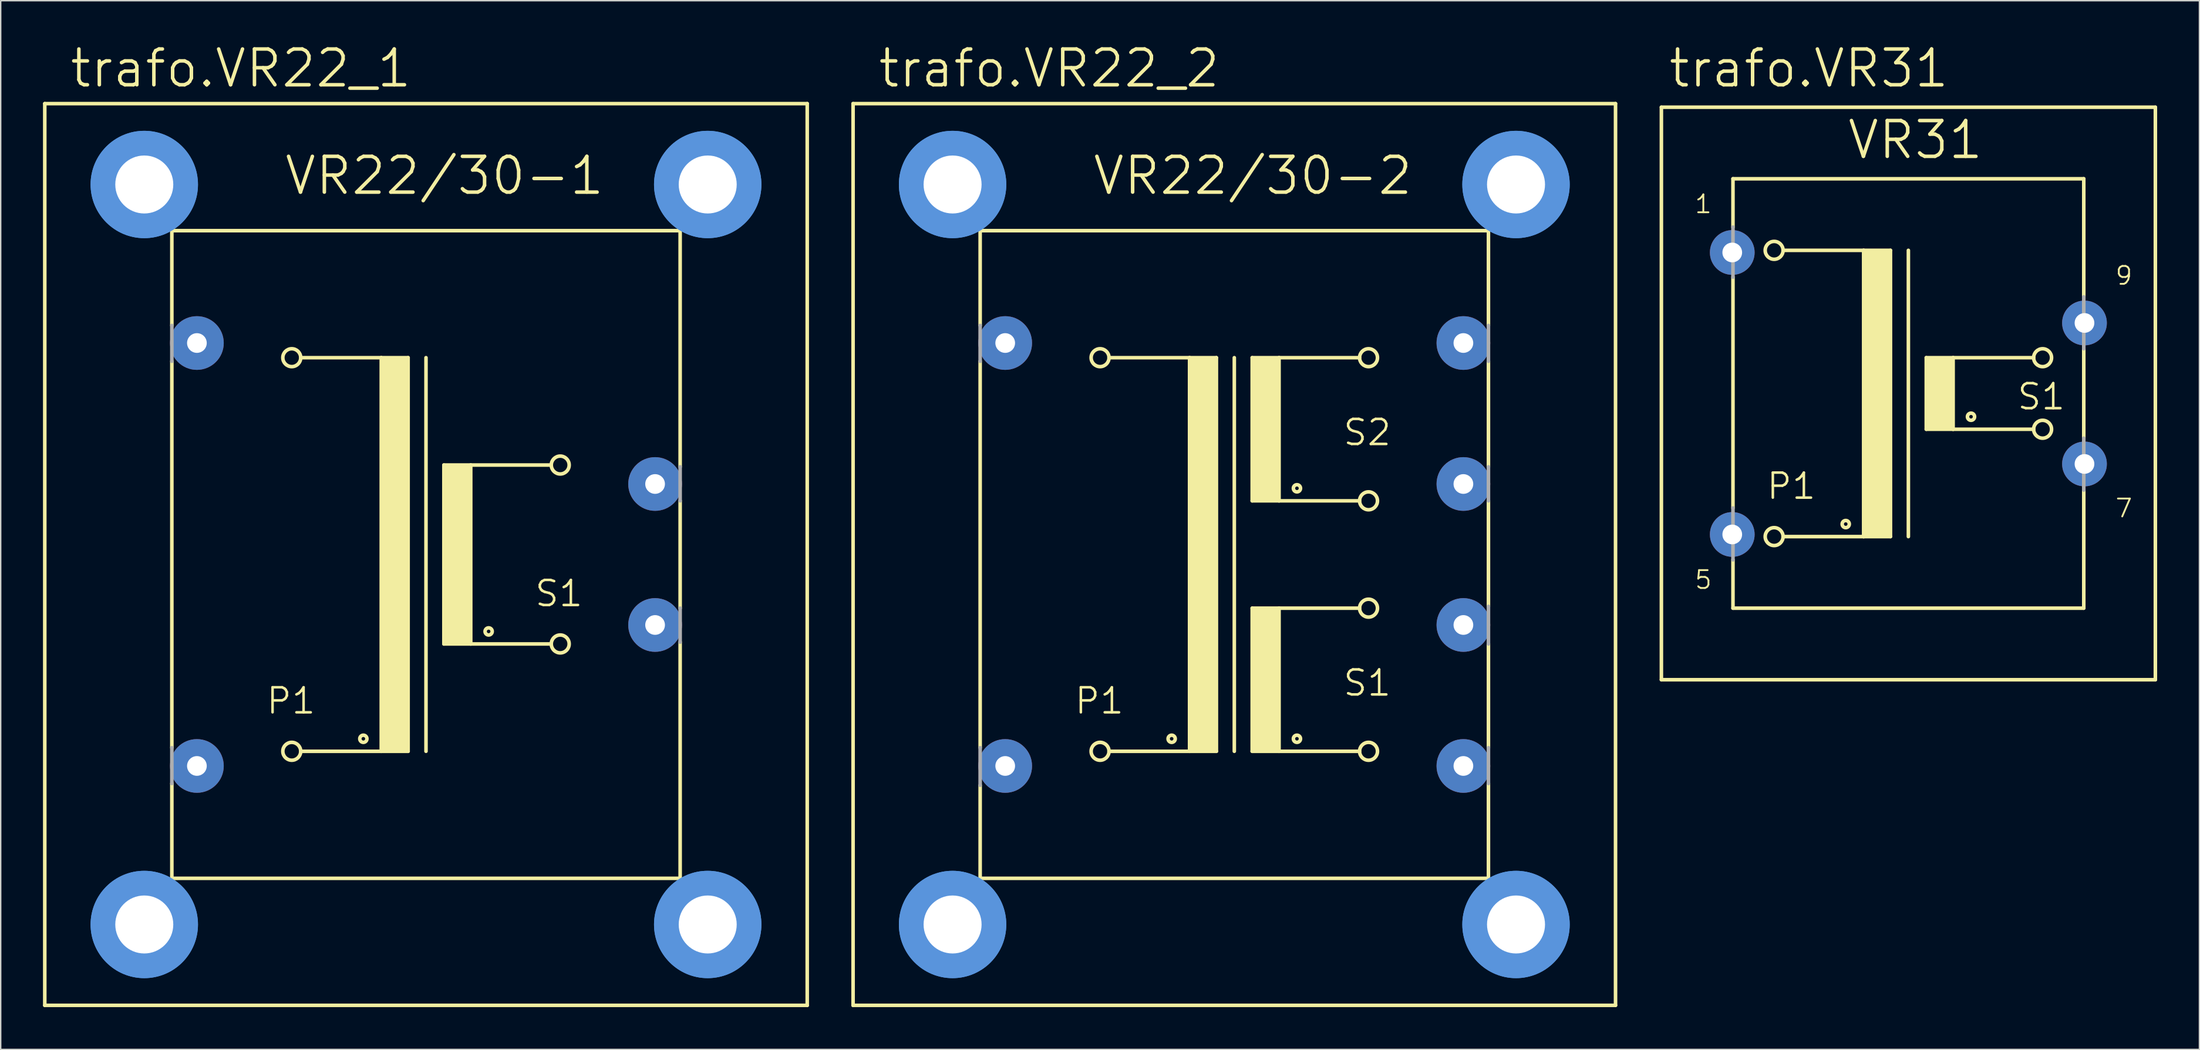
<source format=kicad_pcb>
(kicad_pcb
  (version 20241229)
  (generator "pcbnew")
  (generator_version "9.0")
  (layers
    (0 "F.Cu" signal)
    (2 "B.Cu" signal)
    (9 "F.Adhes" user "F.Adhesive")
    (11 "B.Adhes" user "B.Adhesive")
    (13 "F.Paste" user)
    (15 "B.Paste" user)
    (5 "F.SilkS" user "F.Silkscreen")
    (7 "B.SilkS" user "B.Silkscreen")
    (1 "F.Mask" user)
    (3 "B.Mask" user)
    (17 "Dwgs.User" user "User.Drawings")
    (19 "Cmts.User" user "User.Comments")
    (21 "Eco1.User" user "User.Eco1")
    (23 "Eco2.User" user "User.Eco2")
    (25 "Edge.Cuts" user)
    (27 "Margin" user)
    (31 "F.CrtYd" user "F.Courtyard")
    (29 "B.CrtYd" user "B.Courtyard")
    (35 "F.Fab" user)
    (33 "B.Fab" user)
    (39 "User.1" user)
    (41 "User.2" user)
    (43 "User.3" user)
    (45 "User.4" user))
  (footprint "trafo.VR22_2"
    (layer "F.Cu")
    (at 84.534 36.31)
    (property "Reference" "trafo.VR22_2" (at -25.4 -33.02 0) (layer "F.SilkS") (effects (font (size 2.54 2.54) (thickness 0.25)) (justify left bottom)))
    (attr through_hole)
    (fp_line (start -27.051 32.004) (end -27.051 -32.004) (stroke (width 0.254) (type default)) (layer "F.SilkS"))
    (fp_line (start -27.051 32.004) (end 27.051 32.004) (stroke (width 0.254) (type default)) (layer "F.SilkS"))
    (fp_line (start -18.034 -22.987) (end -18.034 -16.256) (stroke (width 0.254) (type default)) (layer "F.SilkS"))
    (fp_line (start -18.034 13.716) (end -18.034 -13.716) (stroke (width 0.254) (type default)) (layer "F.SilkS"))
    (fp_line (start -18.034 22.987) (end -18.034 16.383) (stroke (width 0.254) (type default)) (layer "F.SilkS"))
    (fp_line (start -18.034 22.987) (end 18.034 22.987) (stroke (width 0.254) (type default)) (layer "F.SilkS"))
    (fp_line (start -8.89 -13.97) (end -3.175 -13.97) (stroke (width 0.254) (type default)) (layer "F.SilkS"))
    (fp_line (start -3.175 -13.97) (end -3.175 13.97) (stroke (width 0.254) (type default)) (layer "F.SilkS"))
    (fp_line (start -3.175 -13.97) (end -1.27 -13.97) (stroke (width 0.254) (type default)) (layer "F.SilkS"))
    (fp_line (start -3.175 13.97) (end -8.89 13.97) (stroke (width 0.254) (type default)) (layer "F.SilkS"))
    (fp_line (start -1.27 -13.97) (end -1.27 13.97) (stroke (width 0.254) (type default)) (layer "F.SilkS"))
    (fp_line (start -1.27 13.97) (end -3.175 13.97) (stroke (width 0.254) (type default)) (layer "F.SilkS"))
    (fp_line (start 0 -13.97) (end 0 13.97) (stroke (width 0.254) (type default)) (layer "F.SilkS"))
    (fp_line (start 1.27 -13.97) (end 1.27 -3.81) (stroke (width 0.254) (type default)) (layer "F.SilkS"))
    (fp_line (start 1.27 -13.97) (end 3.175 -13.97) (stroke (width 0.254) (type default)) (layer "F.SilkS"))
    (fp_line (start 1.27 -3.81) (end 3.175 -3.81) (stroke (width 0.254) (type default)) (layer "F.SilkS"))
    (fp_line (start 1.27 3.81) (end 1.27 13.97) (stroke (width 0.254) (type default)) (layer "F.SilkS"))
    (fp_line (start 1.27 3.81) (end 3.175 3.81) (stroke (width 0.254) (type default)) (layer "F.SilkS"))
    (fp_line (start 1.27 13.97) (end 3.175 13.97) (stroke (width 0.254) (type default)) (layer "F.SilkS"))
    (fp_line (start 3.175 -13.97) (end 8.89 -13.97) (stroke (width 0.254) (type default)) (layer "F.SilkS"))
    (fp_line (start 3.175 -3.81) (end 3.175 -13.97) (stroke (width 0.254) (type default)) (layer "F.SilkS"))
    (fp_line (start 3.175 -3.81) (end 8.89 -3.81) (stroke (width 0.254) (type default)) (layer "F.SilkS"))
    (fp_line (start 3.175 3.81) (end 8.89 3.81) (stroke (width 0.254) (type default)) (layer "F.SilkS"))
    (fp_line (start 3.175 13.97) (end 3.175 3.81) (stroke (width 0.254) (type default)) (layer "F.SilkS"))
    (fp_line (start 3.175 13.97) (end 8.89 13.97) (stroke (width 0.254) (type default)) (layer "F.SilkS"))
    (fp_line (start 18.034 -22.987) (end -18.034 -22.987) (stroke (width 0.254) (type default)) (layer "F.SilkS"))
    (fp_line (start 18.034 -16.256) (end 18.034 -22.987) (stroke (width 0.254) (type default)) (layer "F.SilkS"))
    (fp_line (start 18.034 -6.223) (end 18.034 -13.716) (stroke (width 0.254) (type default)) (layer "F.SilkS"))
    (fp_line (start 18.034 3.683) (end 18.034 -3.81) (stroke (width 0.254) (type default)) (layer "F.SilkS"))
    (fp_line (start 18.034 13.716) (end 18.034 6.35) (stroke (width 0.254) (type default)) (layer "F.SilkS"))
    (fp_line (start 18.034 22.987) (end 18.034 16.256) (stroke (width 0.254) (type default)) (layer "F.SilkS"))
    (fp_line (start 27.051 -32.004) (end -27.051 -32.004) (stroke (width 0.254) (type default)) (layer "F.SilkS"))
    (fp_line (start 27.051 -32.004) (end 27.051 32.004) (stroke (width 0.254) (type default)) (layer "F.SilkS"))
    (fp_rect (start -3.175 13.97) (end -1.27 -13.97) (stroke (width 0.05) (type default)) (fill yes) (layer "F.SilkS"))
    (fp_rect (start 1.27 -3.81) (end 3.175 -13.97) (stroke (width 0.05) (type default)) (fill yes) (layer "F.SilkS"))
    (fp_rect (start 1.27 13.97) (end 3.175 3.81) (stroke (width 0.05) (type default)) (fill yes) (layer "F.SilkS"))
    (fp_circle (center -9.525 -13.97) (end -8.89 -13.97) (stroke (width 0.254) (type default)) (fill no) (layer "F.SilkS"))
    (fp_circle (center -9.525 13.97) (end -8.89 13.97) (stroke (width 0.254) (type default)) (fill no) (layer "F.SilkS"))
    (fp_circle (center -4.445 13.081) (end -4.191 13.081) (stroke (width 0.254) (type default)) (fill no) (layer "F.SilkS"))
    (fp_circle (center 4.445 -4.699) (end 4.699 -4.699) (stroke (width 0.254) (type default)) (fill no) (layer "F.SilkS"))
    (fp_circle (center 4.445 13.081) (end 4.699 13.081) (stroke (width 0.254) (type default)) (fill no) (layer "F.SilkS"))
    (fp_circle (center 9.525 -13.97) (end 10.16 -13.97) (stroke (width 0.254) (type default)) (fill no) (layer "F.SilkS"))
    (fp_circle (center 9.525 -3.81) (end 10.16 -3.81) (stroke (width 0.254) (type default)) (fill no) (layer "F.SilkS"))
    (fp_circle (center 9.525 3.81) (end 10.16 3.81) (stroke (width 0.254) (type default)) (fill no) (layer "F.SilkS"))
    (fp_circle (center 9.525 13.97) (end 10.16 13.97) (stroke (width 0.254) (type default)) (fill no) (layer "F.SilkS"))
    (fp_circle (center -19.99 -26.264) (end -17.069 -26.264) (stroke (width 1.778) (type default)) (fill no) (layer "Cmts.User"))
    (fp_circle (center -19.99 -26.264) (end -17.069 -26.264) (stroke (width 1.778) (type default)) (fill no) (layer "Cmts.User"))
    (fp_circle (center -19.99 26.264) (end -17.069 26.264) (stroke (width 1.778) (type default)) (fill no) (layer "Cmts.User"))
    (fp_circle (center -19.99 26.264) (end -17.069 26.264) (stroke (width 1.778) (type default)) (fill no) (layer "Cmts.User"))
    (fp_circle (center 19.99 -26.264) (end 22.911 -26.264) (stroke (width 1.778) (type default)) (fill no) (layer "Cmts.User"))
    (fp_circle (center 19.99 -26.264) (end 22.911 -26.264) (stroke (width 1.778) (type default)) (fill no) (layer "Cmts.User"))
    (fp_circle (center 19.99 26.264) (end 22.911 26.264) (stroke (width 1.778) (type default)) (fill no) (layer "Cmts.User"))
    (fp_circle (center 19.99 26.264) (end 22.911 26.264) (stroke (width 1.778) (type default)) (fill no) (layer "Cmts.User"))
    (fp_line (start -18.034 -13.716) (end -18.034 -16.256) (stroke (width 0.254) (type default)) (layer "F.Fab"))
    (fp_line (start -18.034 13.716) (end -18.034 16.383) (stroke (width 0.254) (type default)) (layer "F.Fab"))
    (fp_line (start 18.034 -16.256) (end 18.034 -13.716) (stroke (width 0.254) (type default)) (layer "F.Fab"))
    (fp_line (start 18.034 -6.223) (end 18.034 -3.81) (stroke (width 0.254) (type default)) (layer "F.Fab"))
    (fp_line (start 18.034 3.683) (end 18.034 6.35) (stroke (width 0.254) (type default)) (layer "F.Fab"))
    (fp_line (start 18.034 13.716) (end 18.034 16.256) (stroke (width 0.254) (type default)) (layer "F.Fab"))
    (fp_text user "VR22/30-2" (at -10.16 -25.4 0) (layer "F.SilkS") (effects (font (size 2.54 2.54) (thickness 0.25)) (justify left bottom)))
    (fp_text user "S1" (at 7.62 10.16 0) (layer "F.SilkS") (effects (font (size 1.778 1.778) (thickness 0.18)) (justify left bottom)))
    (fp_text user "P1" (at -11.43 11.43 0) (layer "F.SilkS") (effects (font (size 1.778 1.778) (thickness 0.18)) (justify left bottom)))
    (fp_text user "S2" (at 7.62 -7.62 0) (layer "F.SilkS") (effects (font (size 1.778 1.778) (thickness 0.18)) (justify left bottom)))
    (pad "" np_thru_hole circle (at -19.99 -26.264) (size 4.115 4.115) (drill 4.115) (layers "*.Cu" "*.Mask"))
    (pad "" np_thru_hole circle (at -19.99 26.264) (size 4.115 4.115) (drill 4.115) (layers "*.Cu" "*.Mask"))
    (pad "" np_thru_hole circle (at 19.99 -26.264) (size 4.115 4.115) (drill 4.115) (layers "*.Cu" "*.Mask"))
    (pad "" np_thru_hole circle (at 19.99 26.264) (size 4.115 4.115) (drill 4.115) (layers "*.Cu" "*.Mask"))
    (pad "1" thru_hole circle (at -16.256 -15.011) (size 3.81 3.81) (drill 1.397) (layers "*.Cu" "*.Mask"))
    (pad "2" thru_hole circle (at -16.256 15.011) (size 3.81 3.81) (drill 1.397) (layers "*.Cu" "*.Mask"))
    (pad "3" thru_hole circle (at 16.256 15.011) (size 3.81 3.81) (drill 1.397) (layers "*.Cu" "*.Mask"))
    (pad "4" thru_hole circle (at 16.256 5.004) (size 3.81 3.81) (drill 1.397) (layers "*.Cu" "*.Mask"))
    (pad "5" thru_hole circle (at 16.256 -5.004) (size 3.81 3.81) (drill 1.397) (layers "*.Cu" "*.Mask"))
    (pad "6" thru_hole circle (at 16.256 -15.011) (size 3.81 3.81) (drill 1.397) (layers "*.Cu" "*.Mask")))
  (footprint "trafo.VR31"
    (layer "F.Cu")
    (at 132.365 24.88)
    (property "Reference" "trafo.VR31" (at -17.145 -21.59 0) (layer "F.SilkS") (effects (font (size 2.54 2.54) (thickness 0.25)) (justify left bottom)))
    (attr through_hole)
    (fp_line (start -17.526 20.32) (end -17.526 -20.32) (stroke (width 0.254) (type default)) (layer "F.SilkS"))
    (fp_line (start -17.526 20.32) (end 17.526 20.32) (stroke (width 0.254) (type default)) (layer "F.SilkS"))
    (fp_line (start -12.446 -15.24) (end -12.446 -11.811) (stroke (width 0.254) (type default)) (layer "F.SilkS"))
    (fp_line (start -12.446 -8.255) (end -12.446 8.128) (stroke (width 0.254) (type default)) (layer "F.SilkS"))
    (fp_line (start -12.446 11.811) (end -12.446 15.24) (stroke (width 0.254) (type default)) (layer "F.SilkS"))
    (fp_line (start -12.446 15.24) (end 12.446 15.24) (stroke (width 0.254) (type default)) (layer "F.SilkS"))
    (fp_line (start -8.89 -10.16) (end -3.175 -10.16) (stroke (width 0.254) (type default)) (layer "F.SilkS"))
    (fp_line (start -3.175 -10.16) (end -3.175 10.16) (stroke (width 0.254) (type default)) (layer "F.SilkS"))
    (fp_line (start -3.175 -10.16) (end -1.27 -10.16) (stroke (width 0.254) (type default)) (layer "F.SilkS"))
    (fp_line (start -3.175 10.16) (end -8.89 10.16) (stroke (width 0.254) (type default)) (layer "F.SilkS"))
    (fp_line (start -1.27 -10.16) (end -1.27 10.16) (stroke (width 0.254) (type default)) (layer "F.SilkS"))
    (fp_line (start -1.27 10.16) (end -3.175 10.16) (stroke (width 0.254) (type default)) (layer "F.SilkS"))
    (fp_line (start 0 -10.16) (end 0 10.16) (stroke (width 0.254) (type default)) (layer "F.SilkS"))
    (fp_line (start 1.27 -2.54) (end 1.27 2.54) (stroke (width 0.254) (type default)) (layer "F.SilkS"))
    (fp_line (start 1.27 -2.54) (end 3.175 -2.54) (stroke (width 0.254) (type default)) (layer "F.SilkS"))
    (fp_line (start 1.27 2.54) (end 3.175 2.54) (stroke (width 0.254) (type default)) (layer "F.SilkS"))
    (fp_line (start 3.175 -2.54) (end 8.89 -2.54) (stroke (width 0.254) (type default)) (layer "F.SilkS"))
    (fp_line (start 3.175 2.54) (end 3.175 -2.54) (stroke (width 0.254) (type default)) (layer "F.SilkS"))
    (fp_line (start 3.175 2.54) (end 8.89 2.54) (stroke (width 0.254) (type default)) (layer "F.SilkS"))
    (fp_line (start 12.446 -15.24) (end -12.446 -15.24) (stroke (width 0.254) (type default)) (layer "F.SilkS"))
    (fp_line (start 12.446 -6.858) (end 12.446 -15.24) (stroke (width 0.254) (type default)) (layer "F.SilkS"))
    (fp_line (start 12.446 3.175) (end 12.446 -3.175) (stroke (width 0.254) (type default)) (layer "F.SilkS"))
    (fp_line (start 12.446 15.24) (end 12.446 6.858) (stroke (width 0.254) (type default)) (layer "F.SilkS"))
    (fp_line (start 17.526 -20.32) (end -17.526 -20.32) (stroke (width 0.254) (type default)) (layer "F.SilkS"))
    (fp_line (start 17.526 -20.32) (end 17.526 20.32) (stroke (width 0.254) (type default)) (layer "F.SilkS"))
    (fp_rect (start -3.175 10.16) (end -1.27 -10.16) (stroke (width 0.05) (type default)) (fill yes) (layer "F.SilkS"))
    (fp_rect (start 1.27 2.54) (end 3.175 -2.54) (stroke (width 0.05) (type default)) (fill yes) (layer "F.SilkS"))
    (fp_circle (center -9.525 -10.16) (end -8.89 -10.16) (stroke (width 0.254) (type default)) (fill no) (layer "F.SilkS"))
    (fp_circle (center -9.525 10.16) (end -8.89 10.16) (stroke (width 0.254) (type default)) (fill no) (layer "F.SilkS"))
    (fp_circle (center -4.445 9.271) (end -4.191 9.271) (stroke (width 0.254) (type default)) (fill no) (layer "F.SilkS"))
    (fp_circle (center 4.445 1.651) (end 4.699 1.651) (stroke (width 0.254) (type default)) (fill no) (layer "F.SilkS"))
    (fp_circle (center 9.525 -2.54) (end 10.16 -2.54) (stroke (width 0.254) (type default)) (fill no) (layer "F.SilkS"))
    (fp_circle (center 9.525 2.54) (end 10.16 2.54) (stroke (width 0.254) (type default)) (fill no) (layer "F.SilkS"))
    (fp_line (start -12.446 -8.255) (end -12.446 -11.811) (stroke (width 0.254) (type default)) (layer "F.Fab"))
    (fp_line (start -12.446 11.811) (end -12.446 8.128) (stroke (width 0.254) (type default)) (layer "F.Fab"))
    (fp_line (start 12.446 -3.175) (end 12.446 -6.858) (stroke (width 0.254) (type default)) (layer "F.Fab"))
    (fp_line (start 12.446 6.858) (end 12.446 3.175) (stroke (width 0.254) (type default)) (layer "F.Fab"))
    (fp_text user "1" (at -15.24 -12.7 0) (layer "F.SilkS") (effects (font (size 1.27 1.27) (thickness 0.13)) (justify left bottom)))
    (fp_text user "S1" (at 7.62 1.27 0) (layer "F.SilkS") (effects (font (size 1.778 1.778) (thickness 0.18)) (justify left bottom)))
    (fp_text user "VR31" (at -4.445 -16.51 0) (layer "F.SilkS") (effects (font (size 2.54 2.54) (thickness 0.25)) (justify left bottom)))
    (fp_text user "7" (at 14.605 8.89 0) (layer "F.SilkS") (effects (font (size 1.27 1.27) (thickness 0.13)) (justify left bottom)))
    (fp_text user "P1" (at -10.16 7.62 0) (layer "F.SilkS") (effects (font (size 1.778 1.778) (thickness 0.18)) (justify left bottom)))
    (fp_text user "5" (at -15.24 13.97 0) (layer "F.SilkS") (effects (font (size 1.27 1.27) (thickness 0.13)) (justify left bottom)))
    (fp_text user "9" (at 14.605 -7.62 0) (layer "F.SilkS") (effects (font (size 1.27 1.27) (thickness 0.13)) (justify left bottom)))
    (pad "1" thru_hole circle (at -12.497 -10.008) (size 3.175 3.175) (drill 1.397) (layers "*.Cu" "*.Mask"))
    (pad "5" thru_hole circle (at -12.497 10.008) (size 3.175 3.175) (drill 1.397) (layers "*.Cu" "*.Mask"))
    (pad "7" thru_hole circle (at 12.497 5.004) (size 3.175 3.175) (drill 1.397) (layers "*.Cu" "*.Mask"))
    (pad "9" thru_hole circle (at 12.497 -5.004) (size 3.175 3.175) (drill 1.397) (layers "*.Cu" "*.Mask")))
  (footprint "trafo.VR22_1"
    (layer "F.Cu")
    (at 27.178 36.31)
    (property "Reference" "trafo.VR22_1" (at -25.4 -33.02 0) (layer "F.SilkS") (effects (font (size 2.54 2.54) (thickness 0.25)) (justify left bottom)))
    (attr through_hole)
    (fp_line (start -27.051 32.004) (end -27.051 -32.004) (stroke (width 0.254) (type default)) (layer "F.SilkS"))
    (fp_line (start -27.051 32.004) (end 27.051 32.004) (stroke (width 0.254) (type default)) (layer "F.SilkS"))
    (fp_line (start -18.034 -22.987) (end -18.034 -16.256) (stroke (width 0.254) (type default)) (layer "F.SilkS"))
    (fp_line (start -18.034 13.716) (end -18.034 -13.716) (stroke (width 0.254) (type default)) (layer "F.SilkS"))
    (fp_line (start -18.034 22.987) (end -18.034 16.256) (stroke (width 0.254) (type default)) (layer "F.SilkS"))
    (fp_line (start -18.034 22.987) (end 18.034 22.987) (stroke (width 0.254) (type default)) (layer "F.SilkS"))
    (fp_line (start -8.89 -13.97) (end -3.175 -13.97) (stroke (width 0.254) (type default)) (layer "F.SilkS"))
    (fp_line (start -3.175 -13.97) (end -3.175 13.97) (stroke (width 0.254) (type default)) (layer "F.SilkS"))
    (fp_line (start -3.175 -13.97) (end -1.27 -13.97) (stroke (width 0.254) (type default)) (layer "F.SilkS"))
    (fp_line (start -3.175 13.97) (end -8.89 13.97) (stroke (width 0.254) (type default)) (layer "F.SilkS"))
    (fp_line (start -1.27 -13.97) (end -1.27 13.97) (stroke (width 0.254) (type default)) (layer "F.SilkS"))
    (fp_line (start -1.27 13.97) (end -3.175 13.97) (stroke (width 0.254) (type default)) (layer "F.SilkS"))
    (fp_line (start 0 -13.97) (end 0 13.97) (stroke (width 0.254) (type default)) (layer "F.SilkS"))
    (fp_line (start 1.27 -6.35) (end 1.27 6.35) (stroke (width 0.254) (type default)) (layer "F.SilkS"))
    (fp_line (start 1.27 -6.35) (end 3.175 -6.35) (stroke (width 0.254) (type default)) (layer "F.SilkS"))
    (fp_line (start 1.27 6.35) (end 3.175 6.35) (stroke (width 0.254) (type default)) (layer "F.SilkS"))
    (fp_line (start 3.175 -6.35) (end 8.89 -6.35) (stroke (width 0.254) (type default)) (layer "F.SilkS"))
    (fp_line (start 3.175 6.35) (end 3.175 -6.35) (stroke (width 0.254) (type default)) (layer "F.SilkS"))
    (fp_line (start 3.175 6.35) (end 8.89 6.35) (stroke (width 0.254) (type default)) (layer "F.SilkS"))
    (fp_line (start 18.034 -22.987) (end -18.034 -22.987) (stroke (width 0.254) (type default)) (layer "F.SilkS"))
    (fp_line (start 18.034 -6.223) (end 18.034 -22.987) (stroke (width 0.254) (type default)) (layer "F.SilkS"))
    (fp_line (start 18.034 3.81) (end 18.034 -3.81) (stroke (width 0.254) (type default)) (layer "F.SilkS"))
    (fp_line (start 18.034 22.987) (end 18.034 6.223) (stroke (width 0.254) (type default)) (layer "F.SilkS"))
    (fp_line (start 27.051 -32.004) (end -27.051 -32.004) (stroke (width 0.254) (type default)) (layer "F.SilkS"))
    (fp_line (start 27.051 -32.004) (end 27.051 32.004) (stroke (width 0.254) (type default)) (layer "F.SilkS"))
    (fp_rect (start -3.175 13.97) (end -1.27 -13.97) (stroke (width 0.05) (type default)) (fill yes) (layer "F.SilkS"))
    (fp_rect (start 1.27 6.35) (end 3.175 -6.35) (stroke (width 0.05) (type default)) (fill yes) (layer "F.SilkS"))
    (fp_circle (center -9.525 -13.97) (end -8.89 -13.97) (stroke (width 0.254) (type default)) (fill no) (layer "F.SilkS"))
    (fp_circle (center -9.525 13.97) (end -8.89 13.97) (stroke (width 0.254) (type default)) (fill no) (layer "F.SilkS"))
    (fp_circle (center -4.445 13.081) (end -4.191 13.081) (stroke (width 0.254) (type default)) (fill no) (layer "F.SilkS"))
    (fp_circle (center 4.445 5.461) (end 4.699 5.461) (stroke (width 0.254) (type default)) (fill no) (layer "F.SilkS"))
    (fp_circle (center 9.525 -6.35) (end 10.16 -6.35) (stroke (width 0.254) (type default)) (fill no) (layer "F.SilkS"))
    (fp_circle (center 9.525 6.35) (end 10.16 6.35) (stroke (width 0.254) (type default)) (fill no) (layer "F.SilkS"))
    (fp_circle (center -19.99 -26.264) (end -17.069 -26.264) (stroke (width 1.778) (type default)) (fill no) (layer "Cmts.User"))
    (fp_circle (center -19.99 -26.264) (end -17.069 -26.264) (stroke (width 1.778) (type default)) (fill no) (layer "Cmts.User"))
    (fp_circle (center -19.99 26.264) (end -17.069 26.264) (stroke (width 1.778) (type default)) (fill no) (layer "Cmts.User"))
    (fp_circle (center -19.99 26.264) (end -17.069 26.264) (stroke (width 1.778) (type default)) (fill no) (layer "Cmts.User"))
    (fp_circle (center 19.99 -26.264) (end 22.911 -26.264) (stroke (width 1.778) (type default)) (fill no) (layer "Cmts.User"))
    (fp_circle (center 19.99 -26.264) (end 22.911 -26.264) (stroke (width 1.778) (type default)) (fill no) (layer "Cmts.User"))
    (fp_circle (center 19.99 26.264) (end 22.911 26.264) (stroke (width 1.778) (type default)) (fill no) (layer "Cmts.User"))
    (fp_circle (center 19.99 26.264) (end 22.911 26.264) (stroke (width 1.778) (type default)) (fill no) (layer "Cmts.User"))
    (fp_line (start -18.034 -13.716) (end -18.034 -16.256) (stroke (width 0.254) (type default)) (layer "F.Fab"))
    (fp_line (start -18.034 13.716) (end -18.034 16.256) (stroke (width 0.254) (type default)) (layer "F.Fab"))
    (fp_line (start 18.034 -6.223) (end 18.034 -3.81) (stroke (width 0.254) (type default)) (layer "F.Fab"))
    (fp_line (start 18.034 3.81) (end 18.034 6.223) (stroke (width 0.254) (type default)) (layer "F.Fab"))
    (fp_text user "S1" (at 7.62 3.81 0) (layer "F.SilkS") (effects (font (size 1.778 1.778) (thickness 0.18)) (justify left bottom)))
    (fp_text user "P1" (at -11.43 11.43 0) (layer "F.SilkS") (effects (font (size 1.778 1.778) (thickness 0.18)) (justify left bottom)))
    (fp_text user "VR22/30-1" (at -10.16 -25.4 0) (layer "F.SilkS") (effects (font (size 2.54 2.54) (thickness 0.25)) (justify left bottom)))
    (pad "" np_thru_hole circle (at -19.99 -26.264) (size 4.115 4.115) (drill 4.115) (layers "*.Cu" "*.Mask"))
    (pad "" np_thru_hole circle (at -19.99 26.264) (size 4.115 4.115) (drill 4.115) (layers "*.Cu" "*.Mask"))
    (pad "" np_thru_hole circle (at 19.99 -26.264) (size 4.115 4.115) (drill 4.115) (layers "*.Cu" "*.Mask"))
    (pad "" np_thru_hole circle (at 19.99 26.264) (size 4.115 4.115) (drill 4.115) (layers "*.Cu" "*.Mask"))
    (pad "1" thru_hole circle (at -16.256 -15.011) (size 3.81 3.81) (drill 1.397) (layers "*.Cu" "*.Mask"))
    (pad "2" thru_hole circle (at -16.256 15.011) (size 3.81 3.81) (drill 1.397) (layers "*.Cu" "*.Mask"))
    (pad "3" thru_hole circle (at 16.256 5.004) (size 3.81 3.81) (drill 1.397) (layers "*.Cu" "*.Mask"))
    (pad "4" thru_hole circle (at 16.256 -5.004) (size 3.81 3.81) (drill 1.397) (layers "*.Cu" "*.Mask")))
  (gr_rect
    (start -3 -3)
    (end 153.018 71.441)
    (stroke (width 0.1) (type default))
    (fill no)
    (layer "Edge.Cuts")))
</source>
